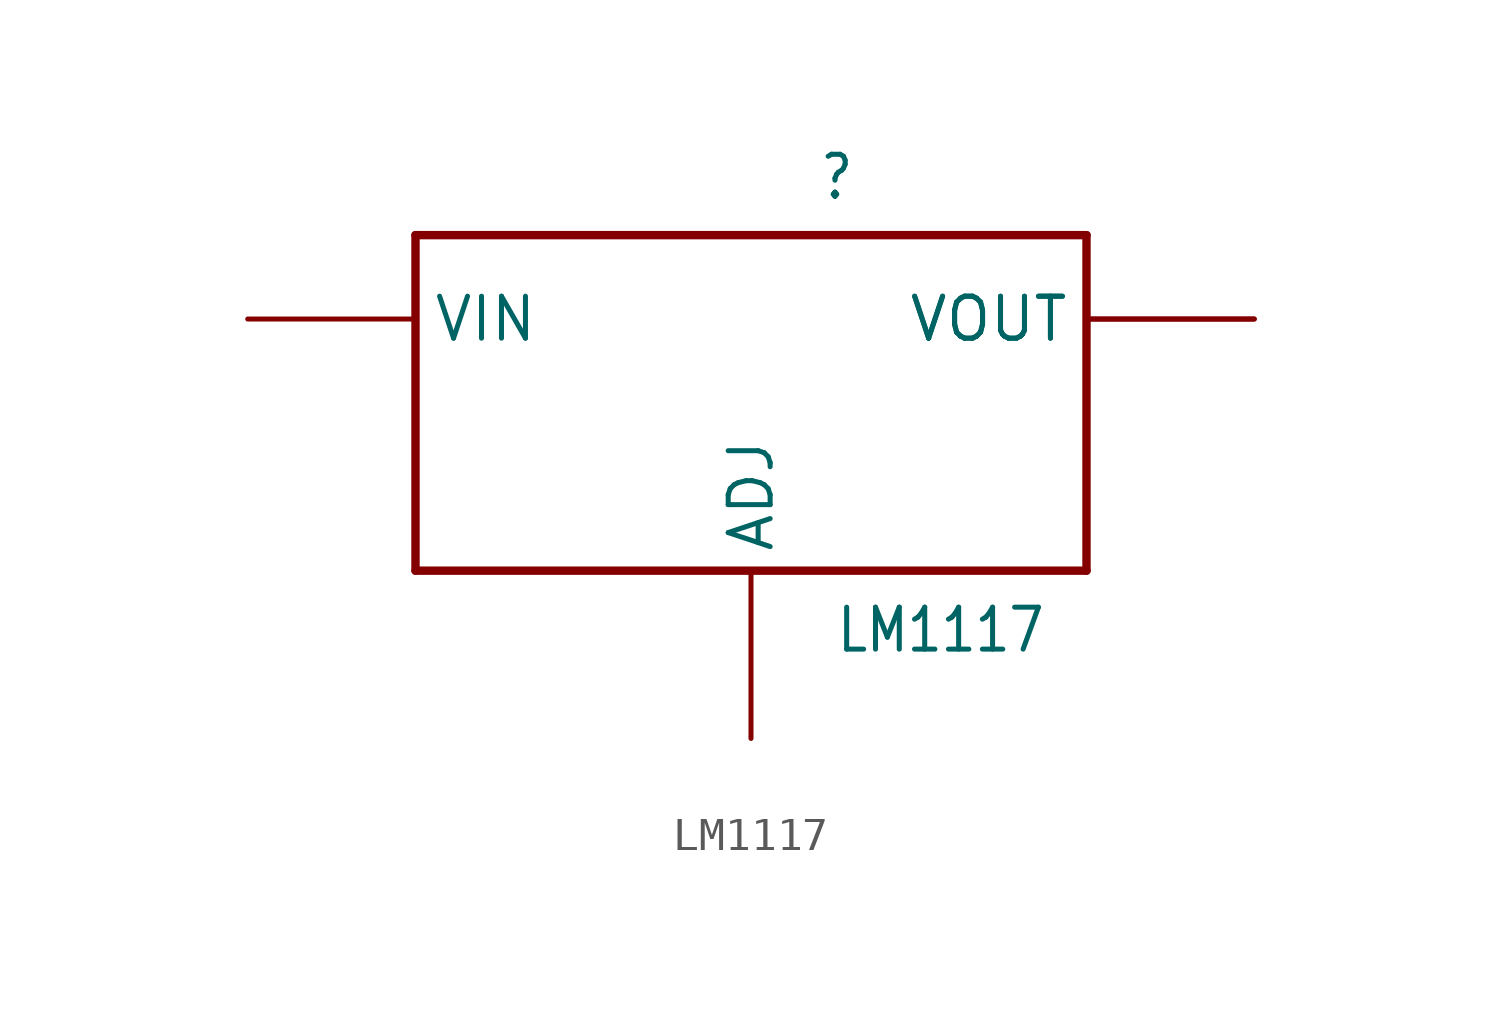
<source format=kicad_sym>
(kicad_symbol_lib
  (version 20211014)
  (generator kicad_symbol_editor)
  (symbol "LM1117"
    (property "Reference" ""
      (at 2.032 -1.524 0)
      (effects (font (size 1.27 1.079)) (justify left bottom)))
    (property "Value" "LM1117"
      (at 2.54 -15.24 0)
      (effects (font (size 1.27 1.079)) (justify left bottom)))
    (property "ki_locked" ""
      (at 0 0 0)
      (effects (font (size 1.27 1.27))))
    (symbol "LM1117_1_0"
      (polyline (pts (xy -10.16 -12.7) (xy 10.16 -12.7)) (stroke (width 0.254) (type default) (color 0 0 0 0)) (fill (type none)))
      (polyline (pts (xy -10.16 -2.54) (xy -10.16 -12.7)) (stroke (width 0.254) (type default) (color 0 0 0 0)) (fill (type none)))
      (polyline (pts (xy 10.16 -12.7) (xy 10.16 -2.54)) (stroke (width 0.254) (type default) (color 0 0 0 0)) (fill (type none)))
      (polyline (pts (xy 10.16 -2.54) (xy -10.16 -2.54)) (stroke (width 0.254) (type default) (color 0 0 0 0)) (fill (type none)))
      (pin bidirectional line (at 0 -17.78 90) (length 5.08) (name "ADJ" (effects (font (size 1.27 1.27)))) (number "GND" (effects (font (size 0 0)))))
      (pin bidirectional line (at 15.24 -5.08 180) (length 5.08) (name "VOUT" (effects (font (size 1.27 1.27)))) (number "P$2" (effects (font (size 0 0)))))
      (pin bidirectional line (at -15.24 -5.08 0) (length 5.08) (name "VIN" (effects (font (size 1.27 1.27)))) (number "VIN" (effects (font (size 0 0)))))
      (pin bidirectional line (at 15.24 -5.08 180) (length 5.08) (name "VOUT" (effects (font (size 1.27 1.27)))) (number "VOUT$1" (effects (font (size 0 0))))))))
</source>
